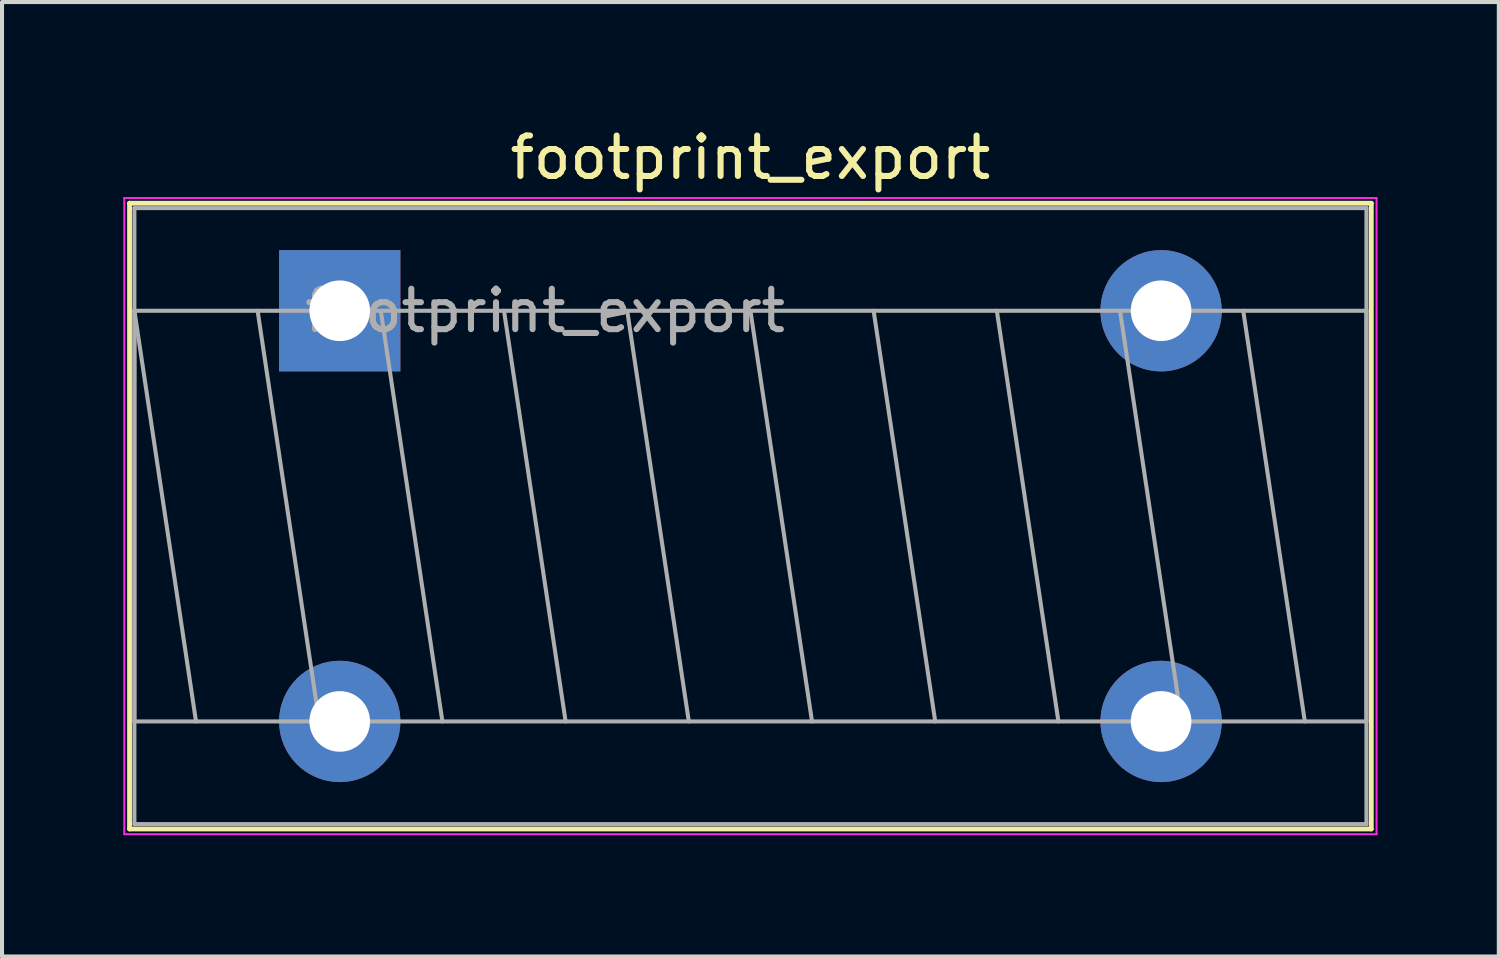
<source format=kicad_pcb>
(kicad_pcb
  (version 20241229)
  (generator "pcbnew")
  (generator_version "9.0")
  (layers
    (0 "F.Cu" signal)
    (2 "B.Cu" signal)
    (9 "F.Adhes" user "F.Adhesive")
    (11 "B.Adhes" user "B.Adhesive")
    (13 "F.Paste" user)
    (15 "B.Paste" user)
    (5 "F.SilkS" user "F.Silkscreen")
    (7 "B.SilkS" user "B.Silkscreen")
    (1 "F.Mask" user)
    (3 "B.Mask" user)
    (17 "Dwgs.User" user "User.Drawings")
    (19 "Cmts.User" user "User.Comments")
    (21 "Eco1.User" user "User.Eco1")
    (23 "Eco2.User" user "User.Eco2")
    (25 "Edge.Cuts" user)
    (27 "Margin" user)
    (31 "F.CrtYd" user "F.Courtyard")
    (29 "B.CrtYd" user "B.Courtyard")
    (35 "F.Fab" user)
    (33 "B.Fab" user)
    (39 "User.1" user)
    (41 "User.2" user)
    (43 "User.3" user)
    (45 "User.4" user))
  (footprint "footprint_export"
    (layer "F.Cu")
    (at 5.355 4.638)
    (property "Reference" "footprint_export" (at 10.16 -3.79 0) (layer "F.SilkS") (effects (font (size 1 1) (thickness 0.15))))
    (attr through_hole)
    (fp_line (start -5.2 -2.66) (end -5.2 12.82) (stroke (width 0.12) (type solid)) (layer "F.SilkS"))
    (fp_line (start -5.2 -2.66) (end 25.52 -2.66) (stroke (width 0.12) (type solid)) (layer "F.SilkS"))
    (fp_line (start -5.2 12.82) (end 25.52 12.82) (stroke (width 0.12) (type solid)) (layer "F.SilkS"))
    (fp_line (start 25.52 -2.66) (end 25.52 12.82) (stroke (width 0.12) (type solid)) (layer "F.SilkS"))
    (fp_line (start -5.33 -2.79) (end -5.33 12.95) (stroke (width 0.05) (type solid)) (layer "F.CrtYd"))
    (fp_line (start -5.33 12.95) (end 25.65 12.95) (stroke (width 0.05) (type solid)) (layer "F.CrtYd"))
    (fp_line (start 25.65 -2.79) (end -5.33 -2.79) (stroke (width 0.05) (type solid)) (layer "F.CrtYd"))
    (fp_line (start 25.65 12.95) (end 25.65 -2.79) (stroke (width 0.05) (type solid)) (layer "F.CrtYd"))
    (fp_line (start -5.08 -2.54) (end -5.08 12.7) (stroke (width 0.1) (type solid)) (layer "F.Fab"))
    (fp_line (start -5.08 0) (end -5.08 10.16) (stroke (width 0.1) (type solid)) (layer "F.Fab"))
    (fp_line (start -5.08 0) (end -3.556 10.16) (stroke (width 0.1) (type solid)) (layer "F.Fab"))
    (fp_line (start -5.08 10.16) (end 25.4 10.16) (stroke (width 0.1) (type solid)) (layer "F.Fab"))
    (fp_line (start -5.08 12.7) (end 25.4 12.7) (stroke (width 0.1) (type solid)) (layer "F.Fab"))
    (fp_line (start -2.032 0) (end -0.508 10.16) (stroke (width 0.1) (type solid)) (layer "F.Fab"))
    (fp_line (start 1.016 0) (end 2.54 10.16) (stroke (width 0.1) (type solid)) (layer "F.Fab"))
    (fp_line (start 4.064 0) (end 5.588 10.16) (stroke (width 0.1) (type solid)) (layer "F.Fab"))
    (fp_line (start 7.112 0) (end 8.636 10.16) (stroke (width 0.1) (type solid)) (layer "F.Fab"))
    (fp_line (start 10.16 0) (end 11.684 10.16) (stroke (width 0.1) (type solid)) (layer "F.Fab"))
    (fp_line (start 13.208 0) (end 14.732 10.16) (stroke (width 0.1) (type solid)) (layer "F.Fab"))
    (fp_line (start 16.256 0) (end 17.78 10.16) (stroke (width 0.1) (type solid)) (layer "F.Fab"))
    (fp_line (start 19.304 0) (end 20.828 10.16) (stroke (width 0.1) (type solid)) (layer "F.Fab"))
    (fp_line (start 22.352 0) (end 23.876 10.16) (stroke (width 0.1) (type solid)) (layer "F.Fab"))
    (fp_line (start 25.4 -2.54) (end -5.08 -2.54) (stroke (width 0.1) (type solid)) (layer "F.Fab"))
    (fp_line (start 25.4 0) (end -5.08 0) (stroke (width 0.1) (type solid)) (layer "F.Fab"))
    (fp_line (start 25.4 10.16) (end 25.4 0) (stroke (width 0.1) (type solid)) (layer "F.Fab"))
    (fp_line (start 25.4 12.7) (end 25.4 -2.54) (stroke (width 0.1) (type solid)) (layer "F.Fab"))
    (fp_text user "${REFERENCE}" (at 5.08 0 0) (layer "F.Fab") (effects (font (size 1 1) (thickness 0.15))))
    (pad "1" thru_hole rect (at 0 0) (size 3 3) (drill 1.5) (layers "*.Cu" "*.Mask"))
    (pad "2" thru_hole circle (at 0 10.16) (size 3 3) (drill 1.5) (layers "*.Cu" "*.Mask"))
    (pad "3" thru_hole circle (at 20.32 10.16) (size 3 3) (drill 1.5) (layers "*.Cu" "*.Mask"))
    (pad "4" thru_hole circle (at 20.32 0) (size 3 3) (drill 1.5) (layers "*.Cu" "*.Mask")))
  (gr_rect
    (start -3 -3)
    (end 34.03 20.613)
    (stroke (width 0.1) (type default))
    (fill no)
    (layer "Edge.Cuts")))
</source>
